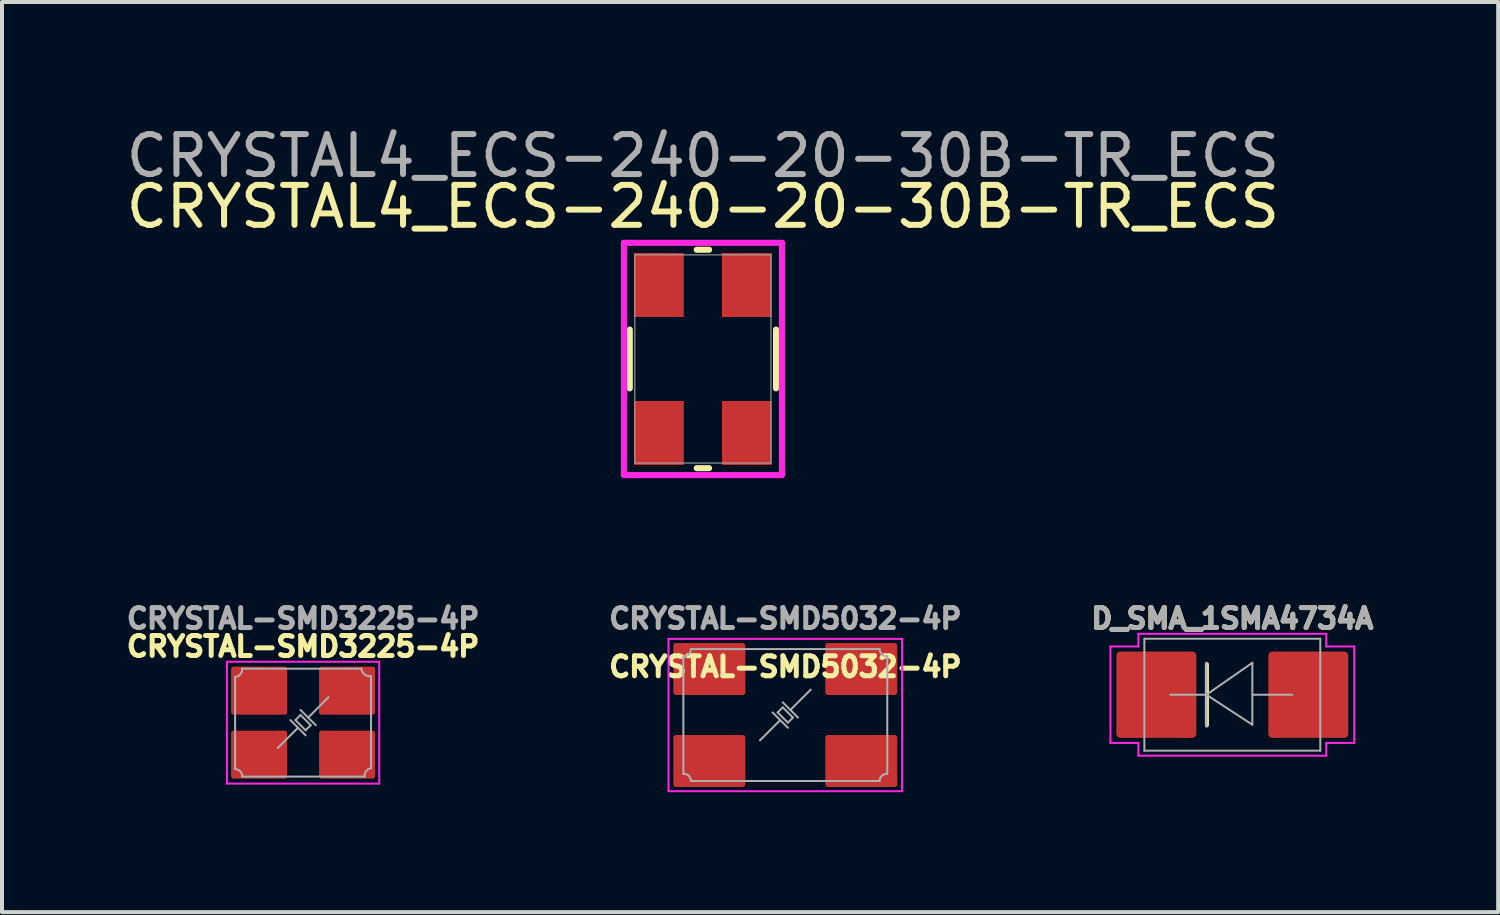
<source format=kicad_pcb>
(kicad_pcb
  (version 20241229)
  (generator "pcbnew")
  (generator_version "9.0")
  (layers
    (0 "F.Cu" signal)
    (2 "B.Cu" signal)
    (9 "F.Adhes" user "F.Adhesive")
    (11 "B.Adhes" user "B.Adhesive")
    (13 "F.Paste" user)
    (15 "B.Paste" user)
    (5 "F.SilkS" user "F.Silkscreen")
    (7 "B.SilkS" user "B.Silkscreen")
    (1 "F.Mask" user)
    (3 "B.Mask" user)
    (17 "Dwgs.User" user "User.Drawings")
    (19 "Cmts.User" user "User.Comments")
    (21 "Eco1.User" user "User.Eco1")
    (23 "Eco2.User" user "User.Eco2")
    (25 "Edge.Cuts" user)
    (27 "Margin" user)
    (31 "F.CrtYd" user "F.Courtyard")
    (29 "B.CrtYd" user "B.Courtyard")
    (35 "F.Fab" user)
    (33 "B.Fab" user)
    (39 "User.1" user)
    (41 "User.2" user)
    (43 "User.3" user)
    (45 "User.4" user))
  (footprint "D_SMA_1SMA4734A"
    (layer "F.Cu")
    (at 27.771 14.325)
    (property "Reference" "D_SMA_1SMA4734A" (at 0 -1.905 0) (layer "F.SilkS") (effects (font (size 0.5 0.5) (thickness 0.125))))
    (attr smd)
    (fp_line (start -0.635 -0.762) (end -0.635 0.762) (stroke (width 0.1) (type default)) (layer "F.SilkS"))
    (fp_line (start -3.048 1.206) (end -3.048 -1.206) (stroke (width 0.05) (type solid)) (layer "F.CrtYd"))
    (fp_line (start -2.349 -1.524) (end 2.349 -1.524) (stroke (width 0.05) (type solid)) (layer "F.CrtYd"))
    (fp_line (start -2.349 -1.206) (end -3.048 -1.206) (stroke (width 0.05) (type solid)) (layer "F.CrtYd"))
    (fp_line (start -2.349 -1.206) (end -2.349 -1.524) (stroke (width 0.05) (type solid)) (layer "F.CrtYd"))
    (fp_line (start -2.349 1.206) (end -3.048 1.206) (stroke (width 0.05) (type solid)) (layer "F.CrtYd"))
    (fp_line (start -2.349 1.524) (end -2.349 1.206) (stroke (width 0.05) (type solid)) (layer "F.CrtYd"))
    (fp_line (start 2.349 -1.524) (end 2.349 -1.206) (stroke (width 0.05) (type solid)) (layer "F.CrtYd"))
    (fp_line (start 2.349 -1.206) (end 3.048 -1.206) (stroke (width 0.05) (type solid)) (layer "F.CrtYd"))
    (fp_line (start 2.349 1.206) (end 2.349 1.524) (stroke (width 0.05) (type solid)) (layer "F.CrtYd"))
    (fp_line (start 2.349 1.206) (end 3.048 1.206) (stroke (width 0.05) (type solid)) (layer "F.CrtYd"))
    (fp_line (start 2.349 1.524) (end -2.349 1.524) (stroke (width 0.05) (type solid)) (layer "F.CrtYd"))
    (fp_line (start 3.048 -1.206) (end 3.048 1.206) (stroke (width 0.05) (type solid)) (layer "F.CrtYd"))
    (fp_line (start -2.2 1.4) (end -2.2 -1.4) (stroke (width 0.05) (type solid)) (layer "F.Fab"))
    (fp_line (start -0.649 -0.799) (end -0.649 0.801) (stroke (width 0.05) (type solid)) (layer "F.Fab"))
    (fp_line (start -0.649 0.001) (end -1.551 0.001) (stroke (width 0.05) (type solid)) (layer "F.Fab"))
    (fp_line (start -0.649 0.001) (end 0.501 -0.799) (stroke (width 0.05) (type solid)) (layer "F.Fab"))
    (fp_line (start -0.649 0.001) (end 0.501 0.75) (stroke (width 0.05) (type solid)) (layer "F.Fab"))
    (fp_line (start 0.501 0.001) (end 1.499 0.001) (stroke (width 0.05) (type solid)) (layer "F.Fab"))
    (fp_line (start 0.501 0.75) (end 0.501 -0.799) (stroke (width 0.05) (type solid)) (layer "F.Fab"))
    (fp_line (start 2.2 -1.4) (end -2.2 -1.4) (stroke (width 0.05) (type solid)) (layer "F.Fab"))
    (fp_line (start 2.2 -1.4) (end 2.2 1.4) (stroke (width 0.05) (type solid)) (layer "F.Fab"))
    (fp_line (start 2.2 1.4) (end -2.2 1.4) (stroke (width 0.05) (type solid)) (layer "F.Fab"))
    (fp_text user "${REFERENCE}" (at 0 -1.905 0) (layer "F.Fab") (effects (font (size 0.5 0.5) (thickness 0.125))))
    (pad "1" smd roundrect (at -1.9 0) (size 2 2.16) (layers "F.Cu" "F.Mask" "F.Paste") (roundrect_rratio 0.05))
    (pad "2" smd roundrect (at 1.9 0) (size 2 2.16) (layers "F.Cu" "F.Mask" "F.Paste") (roundrect_rratio 0.05)))
  (footprint "CRYSTAL-SMD5032-4P"
    (layer "F.Cu")
    (at 16.591 14.833)
    (property "Reference" "CRYSTAL-SMD5032-4P" (at 0 -1.206 0) (unlocked yes) (layer "F.SilkS") (effects (font (size 0.5 0.5) (thickness 0.125))))
    (attr smd)
    (fp_line (start -2.921 -1.905) (end -2.921 1.905) (stroke (width 0.05) (type solid)) (layer "F.CrtYd"))
    (fp_line (start -2.921 1.905) (end 2.921 1.905) (stroke (width 0.05) (type solid)) (layer "F.CrtYd"))
    (fp_line (start 2.921 -1.905) (end -2.921 -1.905) (stroke (width 0.05) (type solid)) (layer "F.CrtYd"))
    (fp_line (start 2.921 1.905) (end 2.921 -1.905) (stroke (width 0.05) (type solid)) (layer "F.CrtYd"))
    (fp_line (start -2.55 -1.461) (end -2.55 1.469) (stroke (width 0.05) (type solid)) (layer "F.Fab"))
    (fp_line (start -2.357 1.65) (end 2.358 1.65) (stroke (width 0.05) (type solid)) (layer "F.Fab"))
    (fp_line (start -0.127 0.127) (end -0.635 0.635) (stroke (width 0.05) (type default)) (layer "F.Fab"))
    (fp_line (start -0.064 -0.191) (end -0.191 -0.064) (stroke (width 0.05) (type default)) (layer "F.Fab"))
    (fp_line (start 0.064 0.191) (end -0.191 -0.064) (stroke (width 0.05) (type default)) (layer "F.Fab"))
    (fp_line (start 0.064 0.318) (end -0.318 -0.064) (stroke (width 0.05) (type default)) (layer "F.Fab"))
    (fp_line (start 0.191 0.064) (end -0.064 -0.191) (stroke (width 0.05) (type default)) (layer "F.Fab"))
    (fp_line (start 0.191 0.064) (end 0.064 0.191) (stroke (width 0.05) (type default)) (layer "F.Fab"))
    (fp_line (start 0.318 0.064) (end -0.064 -0.318) (stroke (width 0.05) (type default)) (layer "F.Fab"))
    (fp_line (start 0.635 -0.635) (end 0.127 -0.127) (stroke (width 0.05) (type default)) (layer "F.Fab"))
    (fp_line (start 2.357 -1.65) (end -2.361 -1.65) (stroke (width 0.05) (type solid)) (layer "F.Fab"))
    (fp_line (start 2.55 1.468) (end 2.55 -1.469) (stroke (width 0.05) (type solid)) (layer "F.Fab"))
    (fp_arc (start -2.55 1.468826) (mid -2.416158 1.519516) (end -2.357361 1.65) (stroke (width 0.05) (type default)) (layer "F.Fab"))
    (fp_arc (start -2.361159 -1.65) (mid -2.416333 -1.51614) (end -2.55 -1.460501) (stroke (width 0.05) (type default)) (layer "F.Fab"))
    (fp_arc (start 2.357826 1.65) (mid 2.416294 1.51938) (end 2.55 1.468361) (stroke (width 0.05) (type default)) (layer "F.Fab"))
    (fp_arc (start 2.55 -1.468826) (mid 2.416158 -1.519516) (end 2.357361 -1.65) (stroke (width 0.05) (type default)) (layer "F.Fab"))
    (fp_text user "${REFERENCE}" (at 0 -2.413 0) (unlocked yes) (layer "F.Fab") (effects (font (size 0.5 0.5) (thickness 0.125))))
    (pad "1" smd roundrect (at -1.9 1.15 90) (size 1.3 1.8) (layers "F.Cu" "F.Mask" "F.Paste") (roundrect_rratio 0.05))
    (pad "2" smd roundrect (at 1.9 1.15 90) (size 1.3 1.8) (layers "F.Cu" "F.Mask" "F.Paste") (roundrect_rratio 0.05))
    (pad "3" smd roundrect (at 1.9 -1.15 90) (size 1.3 1.8) (layers "F.Cu" "F.Mask" "F.Paste") (roundrect_rratio 0.05))
    (pad "4" smd roundrect (at -1.9 -1.15 90) (size 1.3 1.8) (layers "F.Cu" "F.Mask" "F.Paste") (roundrect_rratio 0.05)))
  (footprint "CRYSTAL4_ECS-240-20-30B-TR_ECS"
    (layer "F.Cu")
    (at 14.53 5.928)
    (property "Reference" "CRYSTAL4_ECS-240-20-30B-TR_ECS" (at 0 -3.81 0) (unlocked yes) (layer "F.SilkS") (effects (font (size 1 1) (thickness 0.15))))
    (attr smd)
    (fp_line (start -1.829 -0.735) (end -1.829 0.735) (stroke (width 0.152) (type solid)) (layer "F.SilkS"))
    (fp_line (start -0.155 2.731) (end 0.155 2.731) (stroke (width 0.152) (type solid)) (layer "F.SilkS"))
    (fp_line (start 0.155 -2.731) (end -0.155 -2.731) (stroke (width 0.152) (type solid)) (layer "F.SilkS"))
    (fp_line (start 1.829 0.735) (end 1.829 -0.735) (stroke (width 0.152) (type solid)) (layer "F.SilkS"))
    (fp_line (start -1.976 -2.904) (end -1.976 2.904) (stroke (width 0.152) (type solid)) (layer "F.CrtYd"))
    (fp_line (start -1.976 2.904) (end 1.976 2.904) (stroke (width 0.152) (type solid)) (layer "F.CrtYd"))
    (fp_line (start 1.976 -2.904) (end -1.976 -2.904) (stroke (width 0.152) (type solid)) (layer "F.CrtYd"))
    (fp_line (start 1.976 2.904) (end 1.976 -2.904) (stroke (width 0.152) (type solid)) (layer "F.CrtYd"))
    (fp_line (start -1.702 -2.603) (end -1.702 2.603) (stroke (width 0.025) (type solid)) (layer "F.Fab"))
    (fp_line (start -1.702 2.603) (end 1.702 2.603) (stroke (width 0.025) (type solid)) (layer "F.Fab"))
    (fp_line (start 1.702 -2.603) (end -1.702 -2.603) (stroke (width 0.025) (type solid)) (layer "F.Fab"))
    (fp_line (start 1.702 2.603) (end 1.702 -2.603) (stroke (width 0.025) (type solid)) (layer "F.Fab"))
    (fp_text user "${REFERENCE}" (at 0 -5.08 0) (unlocked yes) (layer "F.Fab") (effects (font (size 1 1) (thickness 0.15))))
    (pad "1" smd rect (at -1.1 -1.85) (size 1.245 1.6) (layers "F.Cu" "F.Mask" "F.Paste"))
    (pad "2" smd rect (at -1.1 1.85) (size 1.245 1.6) (layers "F.Cu" "F.Mask" "F.Paste"))
    (pad "3" smd rect (at 1.1 1.85) (size 1.245 1.6) (layers "F.Cu" "F.Mask" "F.Paste"))
    (pad "4" smd rect (at 1.1 -1.85) (size 1.245 1.6) (layers "F.Cu" "F.Mask" "F.Paste")))
  (footprint "CRYSTAL-SMD3225-4P"
    (layer "F.Cu")
    (at 4.53 15.024)
    (property "Reference" "CRYSTAL-SMD3225-4P" (at 0 -1.905 0) (unlocked yes) (layer "F.SilkS") (effects (font (size 0.5 0.5) (thickness 0.125))))
    (attr smd)
    (fp_line (start -1.905 -1.524) (end -1.905 1.524) (stroke (width 0.05) (type solid)) (layer "F.CrtYd"))
    (fp_line (start -1.905 1.524) (end 1.905 1.524) (stroke (width 0.05) (type solid)) (layer "F.CrtYd"))
    (fp_line (start 1.905 -1.524) (end -1.905 -1.524) (stroke (width 0.05) (type solid)) (layer "F.CrtYd"))
    (fp_line (start 1.905 1.524) (end 1.905 -1.524) (stroke (width 0.05) (type solid)) (layer "F.CrtYd"))
    (fp_line (start -1.7 -1.143) (end -1.7 1.161) (stroke (width 0.05) (type solid)) (layer "F.Fab"))
    (fp_line (start -1.52 1.35) (end 1.542 1.35) (stroke (width 0.05) (type solid)) (layer "F.Fab"))
    (fp_line (start -0.127 0.127) (end -0.635 0.635) (stroke (width 0.05) (type default)) (layer "F.Fab"))
    (fp_line (start -0.064 -0.191) (end -0.191 -0.064) (stroke (width 0.05) (type default)) (layer "F.Fab"))
    (fp_line (start 0.064 0.191) (end -0.191 -0.064) (stroke (width 0.05) (type default)) (layer "F.Fab"))
    (fp_line (start 0.064 0.318) (end -0.318 -0.064) (stroke (width 0.05) (type default)) (layer "F.Fab"))
    (fp_line (start 0.191 0.064) (end -0.064 -0.191) (stroke (width 0.05) (type default)) (layer "F.Fab"))
    (fp_line (start 0.191 0.064) (end 0.064 0.191) (stroke (width 0.05) (type default)) (layer "F.Fab"))
    (fp_line (start 0.318 0.064) (end -0.064 -0.318) (stroke (width 0.05) (type default)) (layer "F.Fab"))
    (fp_line (start 0.635 -0.635) (end 0.127 -0.127) (stroke (width 0.05) (type default)) (layer "F.Fab"))
    (fp_line (start 1.457 -1.35) (end -1.524 -1.35) (stroke (width 0.05) (type solid)) (layer "F.Fab"))
    (fp_line (start 1.7 1.139) (end 1.7 -1.161) (stroke (width 0.05) (type solid)) (layer "F.Fab"))
    (fp_arc (start -1.7 1.161287) (mid -1.571159 1.218465) (end -1.520486 1.35) (stroke (width 0.05) (type default)) (layer "F.Fab"))
    (fp_arc (start -1.523831 -1.35) (mid -1.569044 -1.210014) (end -1.7 -1.143) (stroke (width 0.05) (type default)) (layer "F.Fab"))
    (fp_arc (start 1.542287 1.35) (mid 1.577544 1.21208) (end 1.7 1.139486) (stroke (width 0.05) (type default)) (layer "F.Fab"))
    (fp_arc (start 1.7 -1.161287) (mid 1.539409 -1.205313) (end 1.456986 -1.35) (stroke (width 0.05) (type default)) (layer "F.Fab"))
    (fp_text user "${REFERENCE}" (at 0 -2.603 0) (unlocked yes) (layer "F.Fab") (effects (font (size 0.5 0.5) (thickness 0.125))))
    (pad "1" smd roundrect (at -1.1 0.8 90) (size 1.2 1.4) (layers "F.Cu" "F.Mask" "F.Paste") (roundrect_rratio 0.05))
    (pad "2" smd roundrect (at 1.1 0.8 90) (size 1.2 1.4) (layers "F.Cu" "F.Mask" "F.Paste") (roundrect_rratio 0.05))
    (pad "3" smd roundrect (at 1.1 -0.8 90) (size 1.2 1.4) (layers "F.Cu" "F.Mask" "F.Paste") (roundrect_rratio 0.05))
    (pad "4" smd roundrect (at -1.1 -0.8 90) (size 1.2 1.4) (layers "F.Cu" "F.Mask" "F.Paste") (roundrect_rratio 0.05)))
  (gr_rect
    (start -3 -3)
    (end 34.42 19.763)
    (stroke (width 0.1) (type default))
    (fill no)
    (layer "Edge.Cuts")))
</source>
